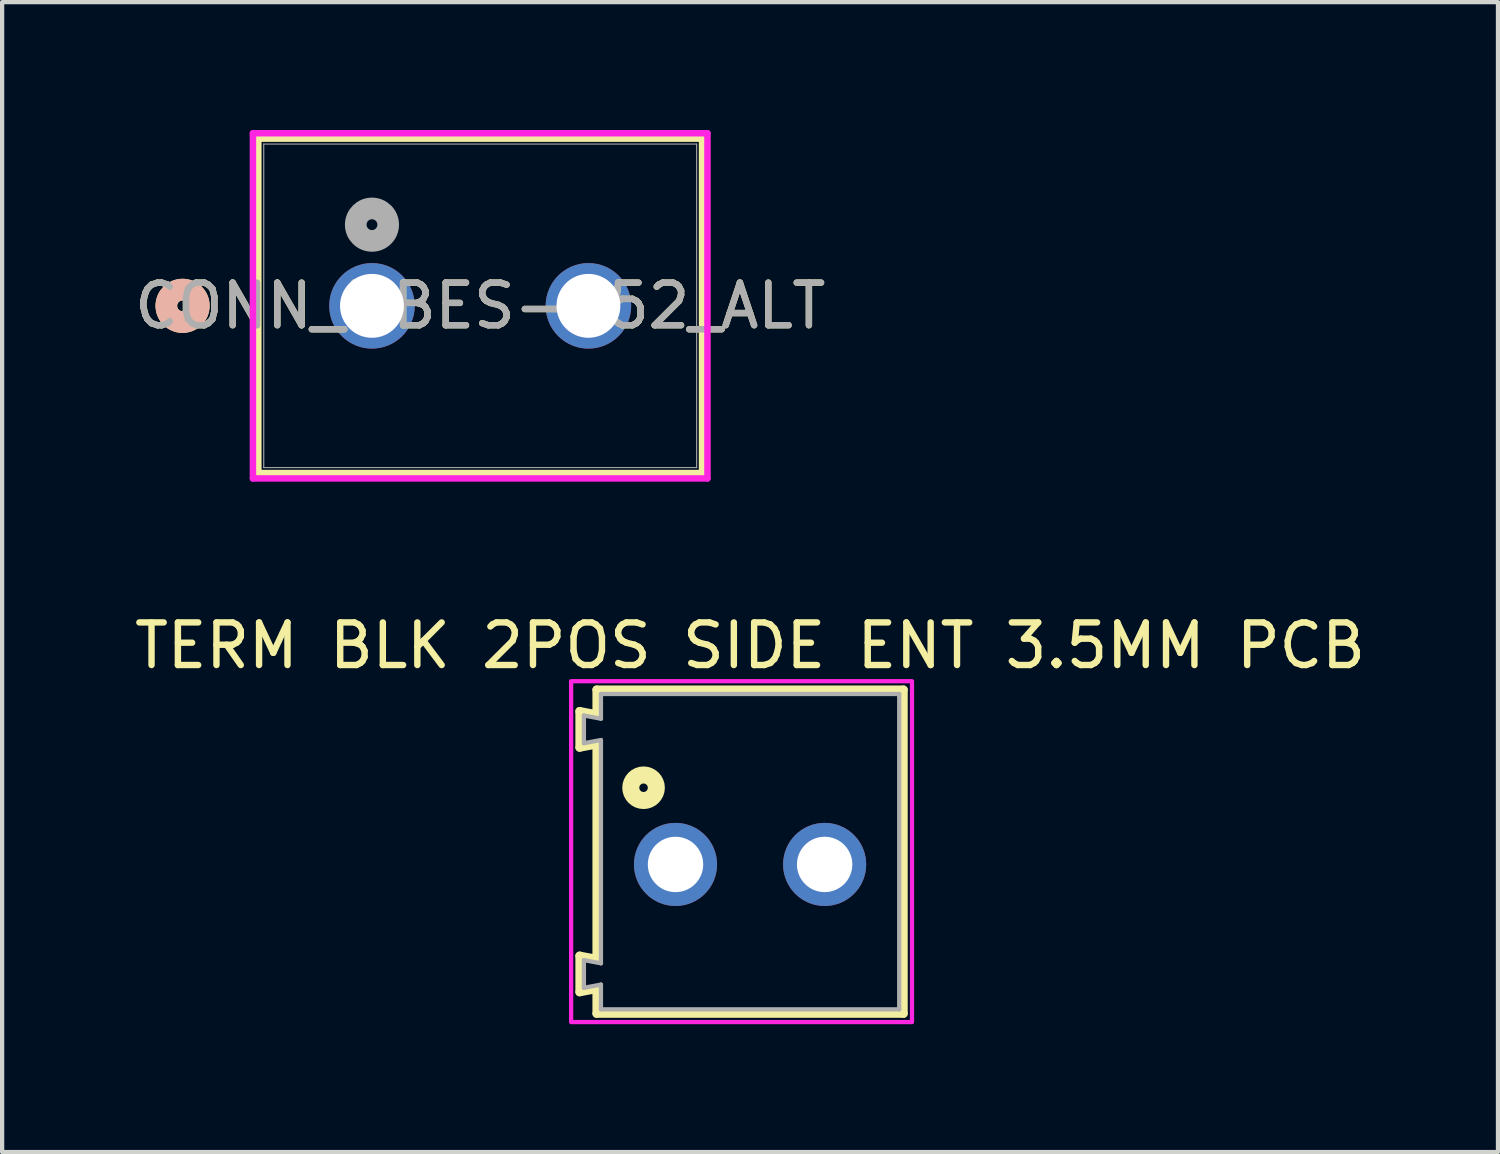
<source format=kicad_pcb>
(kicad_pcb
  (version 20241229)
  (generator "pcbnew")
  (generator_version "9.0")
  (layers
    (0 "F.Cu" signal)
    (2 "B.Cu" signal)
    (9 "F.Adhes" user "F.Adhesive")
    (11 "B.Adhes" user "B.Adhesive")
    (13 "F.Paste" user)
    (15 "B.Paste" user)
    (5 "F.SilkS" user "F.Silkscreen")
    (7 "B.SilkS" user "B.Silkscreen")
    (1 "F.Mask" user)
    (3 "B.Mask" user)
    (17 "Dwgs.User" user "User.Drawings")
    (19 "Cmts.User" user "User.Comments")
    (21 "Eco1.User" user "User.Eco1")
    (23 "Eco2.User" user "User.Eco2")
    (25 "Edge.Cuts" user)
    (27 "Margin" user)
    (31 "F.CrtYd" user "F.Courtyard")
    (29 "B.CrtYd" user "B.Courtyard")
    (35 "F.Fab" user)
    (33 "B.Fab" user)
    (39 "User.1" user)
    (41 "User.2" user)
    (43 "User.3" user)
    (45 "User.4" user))
  (footprint "TERM BLK 2POS SIDE ENT 3.5MM PCB"
    (layer "F.Cu")
    (at 14.554 17.238)
    (property "Reference" "TERM BLK 2POS SIDE ENT 3.5MM PCB" (at 0 -5.135 0) (layer "F.SilkS") (effects (font (size 1 1) (thickness 0.15))))
    (attr through_hole)
    (fp_line (start -4 -3.595) (end -3.6 -3.52) (stroke (width 0.2) (type solid)) (layer "F.SilkS"))
    (fp_line (start -4 -2.745) (end -4 -3.595) (stroke (width 0.2) (type solid)) (layer "F.SilkS"))
    (fp_line (start -4 2.145) (end -3.6 2.22) (stroke (width 0.2) (type solid)) (layer "F.SilkS"))
    (fp_line (start -4 2.995) (end -4 2.145) (stroke (width 0.2) (type solid)) (layer "F.SilkS"))
    (fp_line (start -3.6 -4.1) (end 3.6 -4.1) (stroke (width 0.2) (type solid)) (layer "F.SilkS"))
    (fp_line (start -3.6 -3.52) (end -3.6 -4.1) (stroke (width 0.2) (type solid)) (layer "F.SilkS"))
    (fp_line (start -3.6 -2.82) (end -4 -2.745) (stroke (width 0.2) (type solid)) (layer "F.SilkS"))
    (fp_line (start -3.6 2.22) (end -3.6 -2.82) (stroke (width 0.2) (type solid)) (layer "F.SilkS"))
    (fp_line (start -3.6 2.92) (end -4 2.995) (stroke (width 0.2) (type solid)) (layer "F.SilkS"))
    (fp_line (start -3.6 3.5) (end -3.6 2.92) (stroke (width 0.2) (type solid)) (layer "F.SilkS"))
    (fp_line (start 3.6 -4.1) (end 3.6 3.5) (stroke (width 0.2) (type solid)) (layer "F.SilkS"))
    (fp_line (start 3.6 3.5) (end -3.6 3.5) (stroke (width 0.2) (type solid)) (layer "F.SilkS"))
    (fp_circle (center -2.5 -1.8) (end -2.4 -1.8) (stroke (width 0.4) (type solid)) (fill no) (layer "F.SilkS"))
    (fp_poly (pts (xy -4.2 -4.3) (xy 3.8 -4.3) (xy 3.8 3.7) (xy -4.2 3.7)) (stroke (width 0.1) (type solid)) (fill no) (layer "F.CrtYd"))
    (fp_line (start -3.9 -3.495) (end -3.9 -2.845) (stroke (width 0.1) (type solid)) (layer "F.Fab"))
    (fp_line (start -3.9 -2.845) (end -3.5 -2.92) (stroke (width 0.1) (type solid)) (layer "F.Fab"))
    (fp_line (start -3.9 2.245) (end -3.9 2.895) (stroke (width 0.1) (type solid)) (layer "F.Fab"))
    (fp_line (start -3.9 2.245) (end -3.5 2.32) (stroke (width 0.1) (type solid)) (layer "F.Fab"))
    (fp_line (start -3.9 2.895) (end -3.5 2.82) (stroke (width 0.1) (type solid)) (layer "F.Fab"))
    (fp_line (start -3.5 -4) (end -3.5 -3.42) (stroke (width 0.1) (type solid)) (layer "F.Fab"))
    (fp_line (start -3.5 -3.42) (end -3.9 -3.495) (stroke (width 0.1) (type solid)) (layer "F.Fab"))
    (fp_line (start -3.5 -2.92) (end -3.5 2.32) (stroke (width 0.1) (type solid)) (layer "F.Fab"))
    (fp_line (start -3.5 2.82) (end -3.5 3.4) (stroke (width 0.1) (type solid)) (layer "F.Fab"))
    (fp_line (start -3.5 3.4) (end 3.5 3.4) (stroke (width 0.1) (type solid)) (layer "F.Fab"))
    (fp_line (start 3.5 -4) (end -3.5 -4) (stroke (width 0.1) (type solid)) (layer "F.Fab"))
    (fp_line (start 3.5 3.4) (end 3.5 -4) (stroke (width 0.1) (type solid)) (layer "F.Fab"))
    (pad "1" thru_hole circle (at -1.75 0) (size 1.95 1.95) (drill 1.3) (layers "*.Cu" "*.Mask"))
    (pad "2" thru_hole circle (at 1.75 0) (size 1.95 1.95) (drill 1.3) (layers "*.Cu" "*.Mask")))
  (footprint "CONN_MBES-152_ALT"
    (layer "F.Cu")
    (at 5.68 4.128)
    (property "Reference" "CONN_MBES-152_ALT" (at 2.54 0 0) (unlocked yes) (layer "F.SilkS") (effects (font (size 1 1) (thickness 0.15))))
    (attr through_hole)
    (fp_line (start -2.667 -3.924) (end -2.667 3.924) (stroke (width 0.152) (type solid)) (layer "F.SilkS"))
    (fp_line (start -2.667 3.924) (end 7.747 3.924) (stroke (width 0.152) (type solid)) (layer "F.SilkS"))
    (fp_line (start 7.747 -3.924) (end -2.667 -3.924) (stroke (width 0.152) (type solid)) (layer "F.SilkS"))
    (fp_line (start 7.747 3.924) (end 7.747 -3.924) (stroke (width 0.152) (type solid)) (layer "F.SilkS"))
    (fp_circle (center -4.445 0) (end -4.064 0) (stroke (width 0.508) (type solid)) (fill no) (layer "F.SilkS"))
    (fp_circle (center -4.445 0) (end -4.064 0) (stroke (width 0.508) (type solid)) (fill no) (layer "B.SilkS"))
    (fp_line (start -2.794 -4.051) (end -2.794 4.051) (stroke (width 0.152) (type solid)) (layer "F.CrtYd"))
    (fp_line (start -2.794 4.051) (end 7.874 4.051) (stroke (width 0.152) (type solid)) (layer "F.CrtYd"))
    (fp_line (start 7.874 -4.051) (end -2.794 -4.051) (stroke (width 0.152) (type solid)) (layer "F.CrtYd"))
    (fp_line (start 7.874 4.051) (end 7.874 -4.051) (stroke (width 0.152) (type solid)) (layer "F.CrtYd"))
    (fp_line (start -2.54 -3.797) (end -2.54 3.797) (stroke (width 0.025) (type solid)) (layer "F.Fab"))
    (fp_line (start -2.54 3.797) (end 7.62 3.797) (stroke (width 0.025) (type solid)) (layer "F.Fab"))
    (fp_line (start 7.62 -3.797) (end -2.54 -3.797) (stroke (width 0.025) (type solid)) (layer "F.Fab"))
    (fp_line (start 7.62 3.797) (end 7.62 -3.797) (stroke (width 0.025) (type solid)) (layer "F.Fab"))
    (fp_circle (center 0 -1.905) (end 0.381 -1.905) (stroke (width 0.508) (type solid)) (fill no) (layer "F.Fab"))
    (fp_text user "${REFERENCE}" (at 2.54 0 0) (unlocked yes) (layer "F.Fab") (effects (font (size 1 1) (thickness 0.15))))
    (pad "1" thru_hole circle (at 0 0) (size 2.007 2.007) (drill 1.499) (layers "*.Cu" "*.Mask"))
    (pad "2" thru_hole circle (at 5.08 0) (size 2.007 2.007) (drill 1.499) (layers "*.Cu" "*.Mask")))
  (gr_rect
    (start -3 -3)
    (end 32.107 23.988)
    (stroke (width 0.1) (type default))
    (fill no)
    (layer "Edge.Cuts")))
</source>
